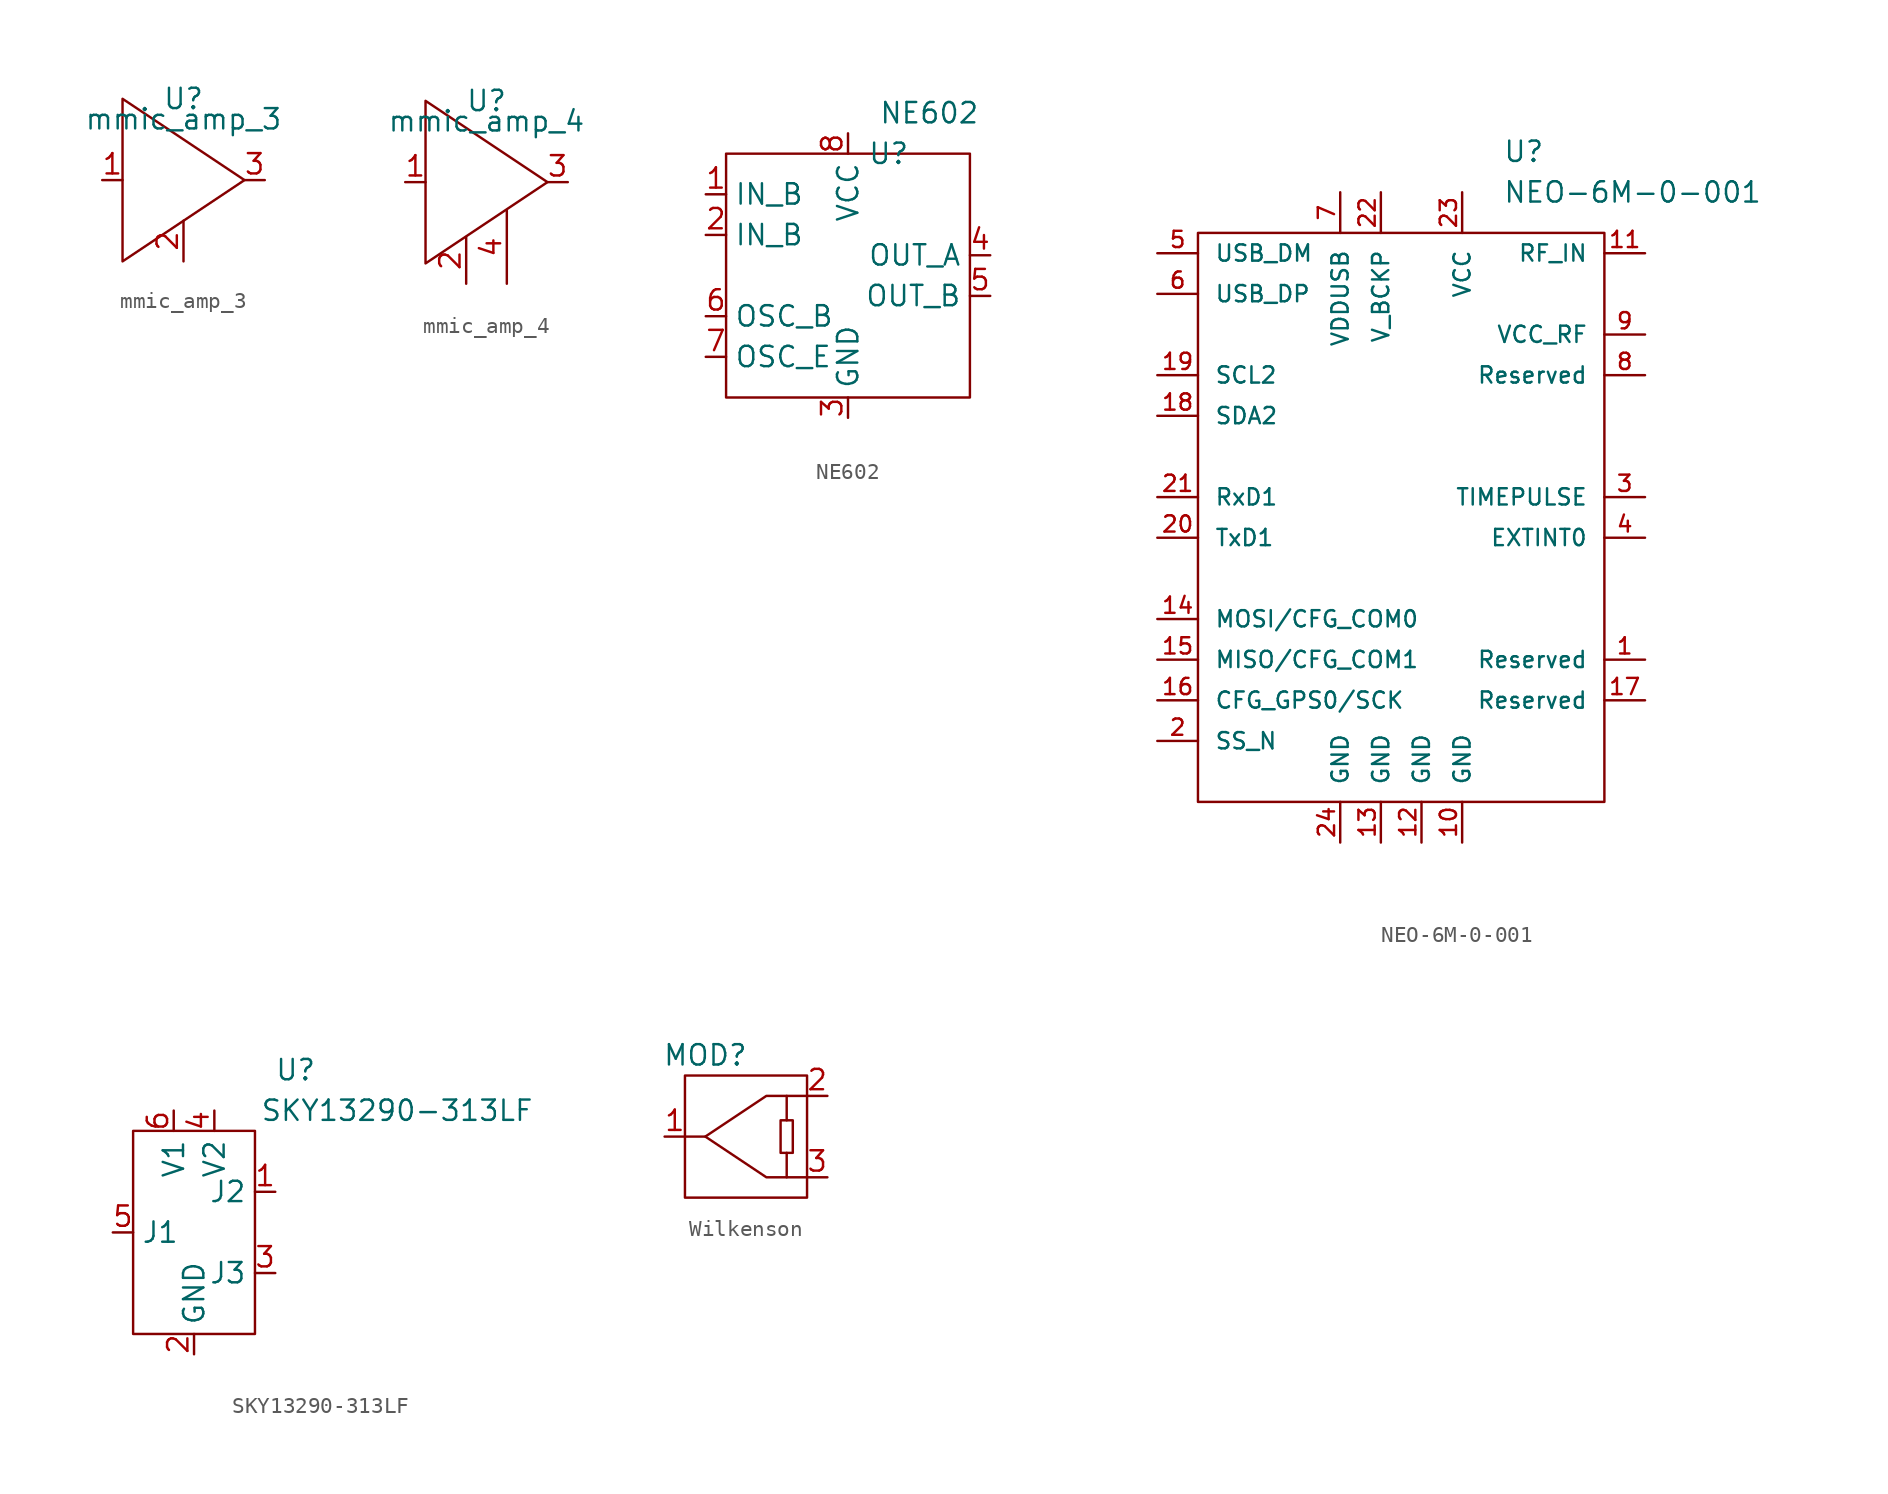
<source format=kicad_sym>
(kicad_symbol_lib
  (version 20211014)
  (generator kicad_symbol_editor)
  (symbol "mmic_amp_3"
    (pin_names
      (offset 1.016))
    (property "Reference" "U"
      (at 0 5.08 0)
      (effects (font (size 1.27 1.27))))
    (property "Value" "mmic_amp_3"
      (at 0 3.81 0)
      (effects (font (size 1.27 1.27))))
    (symbol "mmic_amp_3_0_1"
      (polyline (pts (xy -3.81 3.81) (xy -3.81 -5.08) (xy 3.81 0) (xy -3.81 5.08) (xy -3.81 3.81)) (stroke (width 0) (type default) (color 0 0 0 0)) (fill (type none))))
    (symbol "mmic_amp_3_1_1"
      (pin input line (at -5.08 0 0) (length 1.27) (name "~" (effects (font (size 1.27 1.27)))) (number "1" (effects (font (size 1.27 1.27)))))
      (pin power_in line (at 0 -5.08 90) (length 2.54) (name "~" (effects (font (size 1.27 1.27)))) (number "2" (effects (font (size 1.27 1.27)))))
      (pin output line (at 5.08 0 180) (length 1.27) (name "~" (effects (font (size 1.27 1.27)))) (number "3" (effects (font (size 1.27 1.27)))))))
  (symbol "mmic_amp_4"
    (pin_names
      (offset 1.016))
    (property "Reference" "U"
      (at 0 5.08 0)
      (effects (font (size 1.27 1.27))))
    (property "Value" "mmic_amp_4"
      (at 0 3.81 0)
      (effects (font (size 1.27 1.27))))
    (symbol "mmic_amp_4_0_1"
      (polyline (pts (xy -3.81 3.81) (xy -3.81 -5.08) (xy 3.81 0) (xy -3.81 5.08) (xy -3.81 3.81)) (stroke (width 0) (type default) (color 0 0 0 0)) (fill (type none))))
    (symbol "mmic_amp_4_1_1"
      (pin input line (at -5.08 0 0) (length 1.27) (name "~" (effects (font (size 1.27 1.27)))) (number "1" (effects (font (size 1.27 1.27)))))
      (pin power_in line (at -1.27 -6.35 90) (length 2.921) (name "~" (effects (font (size 1.27 1.27)))) (number "2" (effects (font (size 1.27 1.27)))))
      (pin output line (at 5.08 0 180) (length 1.27) (name "~" (effects (font (size 1.27 1.27)))) (number "3" (effects (font (size 1.27 1.27)))))
      (pin power_in line (at 1.27 -6.35 90) (length 4.572) (name "~" (effects (font (size 1.27 1.27)))) (number "4" (effects (font (size 1.27 1.27)))))))
  (symbol "NE602"
    (property "Reference" "U"
      (at 2.54 7.62 0)
      (effects (font (size 1.27 1.27))))
    (property "Value" "NE602"
      (at 5.08 10.16 0)
      (effects (font (size 1.27 1.27))))
    (symbol "NE602_0_1"
      (rectangle (start -7.62 7.62) (end 7.62 -7.62) (stroke (width 0.152) (type default) (color 0 0 0 0)) (fill (type none))))
    (symbol "NE602_1_1"
      (pin input line (at -8.89 5.08 0) (length 1.27) (name "IN_B" (effects (font (size 1.27 1.27)))) (number "1" (effects (font (size 1.27 1.27)))))
      (pin input line (at -8.89 2.54 0) (length 1.27) (name "IN_B" (effects (font (size 1.27 1.27)))) (number "2" (effects (font (size 1.27 1.27)))))
      (pin power_in line (at 0 -8.89 90) (length 1.27) (name "GND" (effects (font (size 1.27 1.27)))) (number "3" (effects (font (size 1.27 1.27)))))
      (pin output line (at 8.89 1.27 180) (length 1.27) (name "OUT_A" (effects (font (size 1.27 1.27)))) (number "4" (effects (font (size 1.27 1.27)))))
      (pin output line (at 8.89 -1.27 180) (length 1.27) (name "OUT_B" (effects (font (size 1.27 1.27)))) (number "5" (effects (font (size 1.27 1.27)))))
      (pin input line (at -8.89 -2.54 0) (length 1.27) (name "OSC_B" (effects (font (size 1.27 1.27)))) (number "6" (effects (font (size 1.27 1.27)))))
      (pin output line (at -8.89 -5.08 0) (length 1.27) (name "OSC_E" (effects (font (size 1.27 1.27)))) (number "7" (effects (font (size 1.27 1.27)))))
      (pin power_in line (at 0 8.89 270) (length 1.27) (name "VCC" (effects (font (size 1.27 1.27)))) (number "8" (effects (font (size 1.27 1.27)))))))
  (symbol "NEO-6M-0-001"
    (pin_names
      (offset 1.016))
    (property "Reference" "U"
      (at 6.35 21.59 0)
      (effects (font (size 1.27 1.27)) (justify left)))
    (property "Value" "NEO-6M-0-001"
      (at 6.35 19.05 0)
      (effects (font (size 1.27 1.27)) (justify left)))
    (symbol "NEO-6M-0-001_0_1"
      (rectangle (start -12.7 16.51) (end 12.7 -19.05) (stroke (width 0) (type default) (color 0 0 0 0)) (fill (type none))))
    (symbol "NEO-6M-0-001_1_1"
      (pin input line (at 15.24 -10.16 180) (length 2.54) (name "Reserved" (effects (font (size 1.016 1.016)))) (number "1" (effects (font (size 1.016 1.016)))))
      (pin power_in line (at 3.81 -21.59 90) (length 2.54) (name "GND" (effects (font (size 1.016 1.016)))) (number "10" (effects (font (size 1.016 1.016)))))
      (pin input line (at 15.24 15.24 180) (length 2.54) (name "RF_IN" (effects (font (size 1.016 1.016)))) (number "11" (effects (font (size 1.016 1.016)))))
      (pin power_in line (at 1.27 -21.59 90) (length 2.54) (name "GND" (effects (font (size 1.016 1.016)))) (number "12" (effects (font (size 1.016 1.016)))))
      (pin power_in line (at -1.27 -21.59 90) (length 2.54) (name "GND" (effects (font (size 1.016 1.016)))) (number "13" (effects (font (size 1.016 1.016)))))
      (pin bidirectional line (at -15.24 -7.62 0) (length 2.54) (name "MOSI/CFG_COM0" (effects (font (size 1.016 1.016)))) (number "14" (effects (font (size 1.016 1.016)))))
      (pin input line (at -15.24 -10.16 0) (length 2.54) (name "MISO/CFG_COM1" (effects (font (size 1.016 1.016)))) (number "15" (effects (font (size 1.016 1.016)))))
      (pin input line (at -15.24 -12.7 0) (length 2.54) (name "CFG_GPS0/SCK" (effects (font (size 1.016 1.016)))) (number "16" (effects (font (size 1.016 1.016)))))
      (pin input line (at 15.24 -12.7 180) (length 2.54) (name "Reserved" (effects (font (size 1.016 1.016)))) (number "17" (effects (font (size 1.016 1.016)))))
      (pin bidirectional line (at -15.24 5.08 0) (length 2.54) (name "SDA2" (effects (font (size 1.016 1.016)))) (number "18" (effects (font (size 1.016 1.016)))))
      (pin bidirectional line (at -15.24 7.62 0) (length 2.54) (name "SCL2" (effects (font (size 1.016 1.016)))) (number "19" (effects (font (size 1.016 1.016)))))
      (pin input line (at -15.24 -15.24 0) (length 2.54) (name "SS_N" (effects (font (size 1.016 1.016)))) (number "2" (effects (font (size 1.016 1.016)))))
      (pin output line (at -15.24 -2.54 0) (length 2.54) (name "TxD1" (effects (font (size 1.016 1.016)))) (number "20" (effects (font (size 1.016 1.016)))))
      (pin input line (at -15.24 0 0) (length 2.54) (name "RxD1" (effects (font (size 1.016 1.016)))) (number "21" (effects (font (size 1.016 1.016)))))
      (pin power_in line (at -1.27 19.05 270) (length 2.54) (name "V_BCKP" (effects (font (size 1.016 1.016)))) (number "22" (effects (font (size 1.016 1.016)))))
      (pin power_in line (at 3.81 19.05 270) (length 2.54) (name "VCC" (effects (font (size 1.016 1.016)))) (number "23" (effects (font (size 1.016 1.016)))))
      (pin power_in line (at -3.81 -21.59 90) (length 2.54) (name "GND" (effects (font (size 1.016 1.016)))) (number "24" (effects (font (size 1.016 1.016)))))
      (pin output line (at 15.24 0 180) (length 2.54) (name "TIMEPULSE" (effects (font (size 1.016 1.016)))) (number "3" (effects (font (size 1.016 1.016)))))
      (pin input line (at 15.24 -2.54 180) (length 2.54) (name "EXTINT0" (effects (font (size 1.016 1.016)))) (number "4" (effects (font (size 1.016 1.016)))))
      (pin bidirectional line (at -15.24 15.24 0) (length 2.54) (name "USB_DM" (effects (font (size 1.016 1.016)))) (number "5" (effects (font (size 1.016 1.016)))))
      (pin bidirectional line (at -15.24 12.7 0) (length 2.54) (name "USB_DP" (effects (font (size 1.016 1.016)))) (number "6" (effects (font (size 1.016 1.016)))))
      (pin power_in line (at -3.81 19.05 270) (length 2.54) (name "VDDUSB" (effects (font (size 1.016 1.016)))) (number "7" (effects (font (size 1.016 1.016)))))
      (pin input line (at 15.24 7.62 180) (length 2.54) (name "Reserved" (effects (font (size 1.016 1.016)))) (number "8" (effects (font (size 1.016 1.016)))))
      (pin power_in line (at 15.24 10.16 180) (length 2.54) (name "VCC_RF" (effects (font (size 1.016 1.016)))) (number "9" (effects (font (size 1.016 1.016)))))))
  (symbol "SKY13290-313LF"
    (property "Reference" "U"
      (at 6.35 10.16 0)
      (effects (font (size 1.27 1.27))))
    (property "Value" "SKY13290-313LF"
      (at 12.7 7.62 0)
      (effects (font (size 1.27 1.27))))
    (symbol "SKY13290-313LF_0_1"
      (rectangle (start -3.81 6.35) (end 3.81 -6.35) (stroke (width 0.152) (type default) (color 0 0 0 0)) (fill (type none))))
    (symbol "SKY13290-313LF_1_1"
      (pin bidirectional line (at 5.08 2.54 180) (length 1.27) (name "J2" (effects (font (size 1.27 1.27)))) (number "1" (effects (font (size 1.27 1.27)))))
      (pin power_in line (at 0 -7.62 90) (length 1.27) (name "GND" (effects (font (size 1.27 1.27)))) (number "2" (effects (font (size 1.27 1.27)))))
      (pin bidirectional line (at 5.08 -2.54 180) (length 1.27) (name "J3" (effects (font (size 1.27 1.27)))) (number "3" (effects (font (size 1.27 1.27)))))
      (pin input line (at 1.27 7.62 270) (length 1.27) (name "V2" (effects (font (size 1.27 1.27)))) (number "4" (effects (font (size 1.27 1.27)))))
      (pin bidirectional line (at -5.08 0 0) (length 1.27) (name "J1" (effects (font (size 1.27 1.27)))) (number "5" (effects (font (size 1.27 1.27)))))
      (pin input line (at -1.27 7.62 270) (length 1.27) (name "V1" (effects (font (size 1.27 1.27)))) (number "6" (effects (font (size 1.27 1.27)))))))
  (symbol "Wilkenson"
    (pin_names
      (offset 1.016))
    (property "Reference" "MOD"
      (at -2.54 5.08 0)
      (effects (font (size 1.27 1.27))))
    (symbol "Wilkenson_0_1"
      (rectangle (start -3.81 3.81) (end 3.81 -3.81) (stroke (width 0) (type default) (color 0 0 0 0)) (fill (type none)))
      (polyline (pts (xy 2.54 -1.016) (xy 2.54 -2.54)) (stroke (width 0) (type default) (color 0 0 0 0)) (fill (type none)))
      (polyline (pts (xy 2.54 1.016) (xy 2.54 2.54)) (stroke (width 0) (type default) (color 0 0 0 0)) (fill (type none)))
      (polyline (pts (xy -2.54 0) (xy 1.27 2.54) (xy 3.81 2.54)) (stroke (width 0) (type default) (color 0 0 0 0)) (fill (type none)))
      (polyline (pts (xy -3.81 0) (xy -2.54 0) (xy 1.27 -2.54) (xy 3.81 -2.54)) (stroke (width 0) (type default) (color 0 0 0 0)) (fill (type none)))
      (polyline (pts (xy 2.159 -1.016) (xy 2.921 -1.016) (xy 2.921 1.016) (xy 2.159 1.016) (xy 2.159 -1.016)) (stroke (width 0) (type default) (color 0 0 0 0)) (fill (type none))))
    (symbol "Wilkenson_1_1"
      (pin bidirectional line (at -5.08 0 0) (length 1.27) (name "~" (effects (font (size 1.27 1.27)))) (number "1" (effects (font (size 1.27 1.27)))))
      (pin bidirectional line (at 5.08 2.54 180) (length 1.27) (name "~" (effects (font (size 1.27 1.27)))) (number "2" (effects (font (size 1.27 1.27)))))
      (pin bidirectional line (at 5.08 -2.54 180) (length 1.27) (name "~" (effects (font (size 1.27 1.27)))) (number "3" (effects (font (size 1.27 1.27))))))))
</source>
